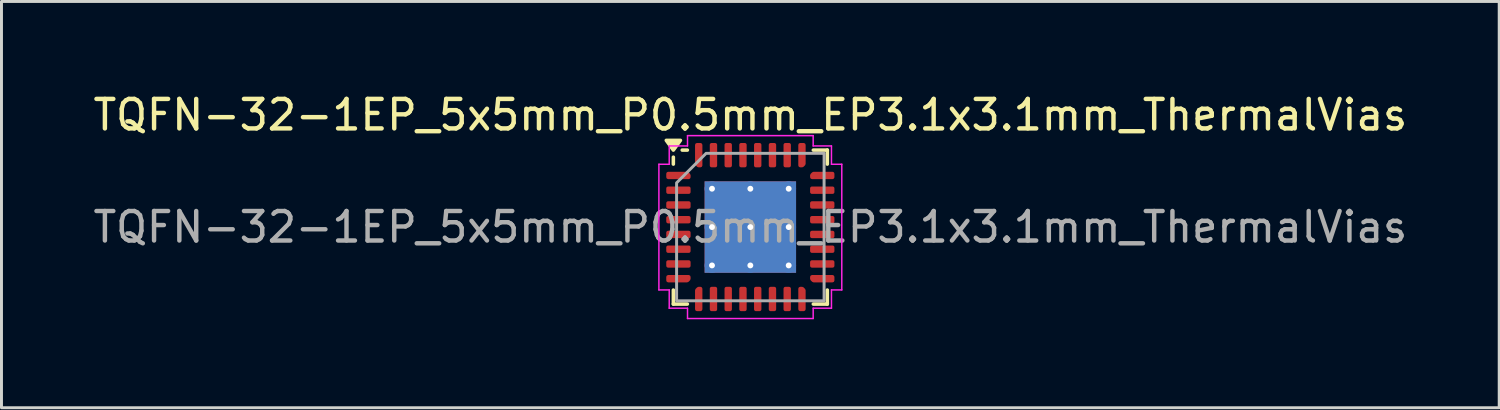
<source format=kicad_pcb>
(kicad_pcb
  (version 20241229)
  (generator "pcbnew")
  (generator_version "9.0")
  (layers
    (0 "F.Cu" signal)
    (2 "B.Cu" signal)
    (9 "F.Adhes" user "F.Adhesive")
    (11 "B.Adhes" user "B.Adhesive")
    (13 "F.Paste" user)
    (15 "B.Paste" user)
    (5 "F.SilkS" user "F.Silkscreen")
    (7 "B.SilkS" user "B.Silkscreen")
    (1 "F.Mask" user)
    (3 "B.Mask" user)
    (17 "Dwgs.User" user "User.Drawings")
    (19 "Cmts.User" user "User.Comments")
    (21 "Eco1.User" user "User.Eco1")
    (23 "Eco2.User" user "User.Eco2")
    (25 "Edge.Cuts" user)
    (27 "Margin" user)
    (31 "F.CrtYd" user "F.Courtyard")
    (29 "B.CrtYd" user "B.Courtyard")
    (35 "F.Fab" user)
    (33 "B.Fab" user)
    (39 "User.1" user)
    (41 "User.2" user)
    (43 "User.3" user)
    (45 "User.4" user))
  (footprint "TQFN-32-1EP_5x5mm_P0.5mm_EP3.1x3.1mm_ThermalVias"
    (layer "F.Cu")
    (at 22.387 4.648)
    (property "Reference" "TQFN-32-1EP_5x5mm_P0.5mm_EP3.1x3.1mm_ThermalVias" (at 0 -3.8 0) (layer "F.SilkS") (effects (font (size 1 1) (thickness 0.15))))
    (attr smd)
    (fp_line (start -2.61 -2.135) (end -2.61 -2.37) (stroke (width 0.12) (type solid)) (layer "F.SilkS"))
    (fp_line (start -2.61 2.61) (end -2.61 2.135) (stroke (width 0.12) (type solid)) (layer "F.SilkS"))
    (fp_line (start -2.135 -2.61) (end -2.31 -2.61) (stroke (width 0.12) (type solid)) (layer "F.SilkS"))
    (fp_line (start -2.135 2.61) (end -2.61 2.61) (stroke (width 0.12) (type solid)) (layer "F.SilkS"))
    (fp_line (start 2.135 -2.61) (end 2.61 -2.61) (stroke (width 0.12) (type solid)) (layer "F.SilkS"))
    (fp_line (start 2.135 2.61) (end 2.61 2.61) (stroke (width 0.12) (type solid)) (layer "F.SilkS"))
    (fp_line (start 2.61 -2.61) (end 2.61 -2.135) (stroke (width 0.12) (type solid)) (layer "F.SilkS"))
    (fp_line (start 2.61 2.61) (end 2.61 2.135) (stroke (width 0.12) (type solid)) (layer "F.SilkS"))
    (fp_poly (pts (xy -2.61 -2.61) (xy -2.85 -2.94) (xy -2.37 -2.94)) (stroke (width 0.12) (type solid)) (fill yes) (layer "F.SilkS"))
    (fp_line (start -3.1 -2.13) (end -2.75 -2.13) (stroke (width 0.05) (type solid)) (layer "F.CrtYd"))
    (fp_line (start -3.1 2.13) (end -3.1 -2.13) (stroke (width 0.05) (type solid)) (layer "F.CrtYd"))
    (fp_line (start -2.75 -2.75) (end -2.13 -2.75) (stroke (width 0.05) (type solid)) (layer "F.CrtYd"))
    (fp_line (start -2.75 -2.13) (end -2.75 -2.75) (stroke (width 0.05) (type solid)) (layer "F.CrtYd"))
    (fp_line (start -2.75 2.13) (end -3.1 2.13) (stroke (width 0.05) (type solid)) (layer "F.CrtYd"))
    (fp_line (start -2.75 2.75) (end -2.75 2.13) (stroke (width 0.05) (type solid)) (layer "F.CrtYd"))
    (fp_line (start -2.13 -3.1) (end 2.13 -3.1) (stroke (width 0.05) (type solid)) (layer "F.CrtYd"))
    (fp_line (start -2.13 -2.75) (end -2.13 -3.1) (stroke (width 0.05) (type solid)) (layer "F.CrtYd"))
    (fp_line (start -2.13 2.75) (end -2.75 2.75) (stroke (width 0.05) (type solid)) (layer "F.CrtYd"))
    (fp_line (start -2.13 3.1) (end -2.13 2.75) (stroke (width 0.05) (type solid)) (layer "F.CrtYd"))
    (fp_line (start 2.13 -3.1) (end 2.13 -2.75) (stroke (width 0.05) (type solid)) (layer "F.CrtYd"))
    (fp_line (start 2.13 -2.75) (end 2.75 -2.75) (stroke (width 0.05) (type solid)) (layer "F.CrtYd"))
    (fp_line (start 2.13 2.75) (end 2.13 3.1) (stroke (width 0.05) (type solid)) (layer "F.CrtYd"))
    (fp_line (start 2.13 3.1) (end -2.13 3.1) (stroke (width 0.05) (type solid)) (layer "F.CrtYd"))
    (fp_line (start 2.75 -2.75) (end 2.75 -2.13) (stroke (width 0.05) (type solid)) (layer "F.CrtYd"))
    (fp_line (start 2.75 -2.13) (end 3.1 -2.13) (stroke (width 0.05) (type solid)) (layer "F.CrtYd"))
    (fp_line (start 2.75 2.13) (end 2.75 2.75) (stroke (width 0.05) (type solid)) (layer "F.CrtYd"))
    (fp_line (start 2.75 2.75) (end 2.13 2.75) (stroke (width 0.05) (type solid)) (layer "F.CrtYd"))
    (fp_line (start 3.1 -2.13) (end 3.1 2.13) (stroke (width 0.05) (type solid)) (layer "F.CrtYd"))
    (fp_line (start 3.1 2.13) (end 2.75 2.13) (stroke (width 0.05) (type solid)) (layer "F.CrtYd"))
    (fp_poly (pts (xy -2.5 -1.5) (xy -2.5 2.5) (xy 2.5 2.5) (xy 2.5 -2.5) (xy -1.5 -2.5)) (stroke (width 0.1) (type solid)) (fill no) (layer "F.Fab"))
    (fp_text user "${REFERENCE}" (at 0 0 0) (layer "F.Fab") (effects (font (size 1 1) (thickness 0.15))))
    (pad "" smd roundrect (at -0.775 -0.775) (size 1.34 1.34) (layers "F.Paste") (roundrect_rratio 0.187))
    (pad "" smd roundrect (at -0.775 0.775) (size 1.34 1.34) (layers "F.Paste") (roundrect_rratio 0.187))
    (pad "" smd roundrect (at 0.775 -0.775) (size 1.34 1.34) (layers "F.Paste") (roundrect_rratio 0.187))
    (pad "" smd roundrect (at 0.775 0.775) (size 1.34 1.34) (layers "F.Paste") (roundrect_rratio 0.187))
    (pad "1" smd custom (at -2.438 -1.75) (size 0.186 0.186) (layers "F.Cu" "F.Mask" "F.Paste") (options (anchor circle)) (primitives (gr_poly (pts (xy -0.35 -0.062) (xy 0.297 -0.062) (xy 0.35 -0.009) (xy 0.35 0.062) (xy -0.35 0.062)) (width 0.125) (fill yes))))
    (pad "2" smd roundrect (at -2.438 -1.25) (size 0.825 0.25) (layers "F.Cu" "F.Mask" "F.Paste") (roundrect_rratio 0.25))
    (pad "3" smd roundrect (at -2.438 -0.75) (size 0.825 0.25) (layers "F.Cu" "F.Mask" "F.Paste") (roundrect_rratio 0.25))
    (pad "4" smd roundrect (at -2.438 -0.25) (size 0.825 0.25) (layers "F.Cu" "F.Mask" "F.Paste") (roundrect_rratio 0.25))
    (pad "5" smd roundrect (at -2.438 0.25) (size 0.825 0.25) (layers "F.Cu" "F.Mask" "F.Paste") (roundrect_rratio 0.25))
    (pad "6" smd roundrect (at -2.438 0.75) (size 0.825 0.25) (layers "F.Cu" "F.Mask" "F.Paste") (roundrect_rratio 0.25))
    (pad "7" smd roundrect (at -2.438 1.25) (size 0.825 0.25) (layers "F.Cu" "F.Mask" "F.Paste") (roundrect_rratio 0.25))
    (pad "8" smd custom (at -2.438 1.75) (size 0.186 0.186) (layers "F.Cu" "F.Mask" "F.Paste") (options (anchor circle)) (primitives (gr_poly (pts (xy -0.35 -0.062) (xy 0.35 -0.062) (xy 0.35 0.009) (xy 0.297 0.062) (xy -0.35 0.062)) (width 0.125) (fill yes))))
    (pad "9" smd custom (at -1.75 2.438) (size 0.186 0.186) (layers "F.Cu" "F.Mask" "F.Paste") (options (anchor circle)) (primitives (gr_poly (pts (xy -0.062 -0.297) (xy -0.009 -0.35) (xy 0.062 -0.35) (xy 0.062 0.35) (xy -0.062 0.35)) (width 0.125) (fill yes))))
    (pad "10" smd roundrect (at -1.25 2.438) (size 0.25 0.825) (layers "F.Cu" "F.Mask" "F.Paste") (roundrect_rratio 0.25))
    (pad "11" smd roundrect (at -0.75 2.438) (size 0.25 0.825) (layers "F.Cu" "F.Mask" "F.Paste") (roundrect_rratio 0.25))
    (pad "12" smd roundrect (at -0.25 2.438) (size 0.25 0.825) (layers "F.Cu" "F.Mask" "F.Paste") (roundrect_rratio 0.25))
    (pad "13" smd roundrect (at 0.25 2.438) (size 0.25 0.825) (layers "F.Cu" "F.Mask" "F.Paste") (roundrect_rratio 0.25))
    (pad "14" smd roundrect (at 0.75 2.438) (size 0.25 0.825) (layers "F.Cu" "F.Mask" "F.Paste") (roundrect_rratio 0.25))
    (pad "15" smd roundrect (at 1.25 2.438) (size 0.25 0.825) (layers "F.Cu" "F.Mask" "F.Paste") (roundrect_rratio 0.25))
    (pad "16" smd custom (at 1.75 2.438) (size 0.186 0.186) (layers "F.Cu" "F.Mask" "F.Paste") (options (anchor circle)) (primitives (gr_poly (pts (xy -0.062 -0.35) (xy 0.009 -0.35) (xy 0.062 -0.297) (xy 0.062 0.35) (xy -0.062 0.35)) (width 0.125) (fill yes))))
    (pad "17" smd custom (at 2.438 1.75) (size 0.186 0.186) (layers "F.Cu" "F.Mask" "F.Paste") (options (anchor circle)) (primitives (gr_poly (pts (xy -0.35 -0.062) (xy 0.35 -0.062) (xy 0.35 0.062) (xy -0.297 0.062) (xy -0.35 0.009)) (width 0.125) (fill yes))))
    (pad "18" smd roundrect (at 2.438 1.25) (size 0.825 0.25) (layers "F.Cu" "F.Mask" "F.Paste") (roundrect_rratio 0.25))
    (pad "19" smd roundrect (at 2.438 0.75) (size 0.825 0.25) (layers "F.Cu" "F.Mask" "F.Paste") (roundrect_rratio 0.25))
    (pad "20" smd roundrect (at 2.438 0.25) (size 0.825 0.25) (layers "F.Cu" "F.Mask" "F.Paste") (roundrect_rratio 0.25))
    (pad "21" smd roundrect (at 2.438 -0.25) (size 0.825 0.25) (layers "F.Cu" "F.Mask" "F.Paste") (roundrect_rratio 0.25))
    (pad "22" smd roundrect (at 2.438 -0.75) (size 0.825 0.25) (layers "F.Cu" "F.Mask" "F.Paste") (roundrect_rratio 0.25))
    (pad "23" smd roundrect (at 2.438 -1.25) (size 0.825 0.25) (layers "F.Cu" "F.Mask" "F.Paste") (roundrect_rratio 0.25))
    (pad "24" smd custom (at 2.438 -1.75) (size 0.186 0.186) (layers "F.Cu" "F.Mask" "F.Paste") (options (anchor circle)) (primitives (gr_poly (pts (xy -0.35 -0.009) (xy -0.297 -0.062) (xy 0.35 -0.062) (xy 0.35 0.062) (xy -0.35 0.062)) (width 0.125) (fill yes))))
    (pad "25" smd custom (at 1.75 -2.438) (size 0.186 0.186) (layers "F.Cu" "F.Mask" "F.Paste") (options (anchor circle)) (primitives (gr_poly (pts (xy -0.062 -0.35) (xy 0.062 -0.35) (xy 0.062 0.297) (xy 0.009 0.35) (xy -0.062 0.35)) (width 0.125) (fill yes))))
    (pad "26" smd roundrect (at 1.25 -2.438) (size 0.25 0.825) (layers "F.Cu" "F.Mask" "F.Paste") (roundrect_rratio 0.25))
    (pad "27" smd roundrect (at 0.75 -2.438) (size 0.25 0.825) (layers "F.Cu" "F.Mask" "F.Paste") (roundrect_rratio 0.25))
    (pad "28" smd roundrect (at 0.25 -2.438) (size 0.25 0.825) (layers "F.Cu" "F.Mask" "F.Paste") (roundrect_rratio 0.25))
    (pad "29" smd roundrect (at -0.25 -2.438) (size 0.25 0.825) (layers "F.Cu" "F.Mask" "F.Paste") (roundrect_rratio 0.25))
    (pad "30" smd roundrect (at -0.75 -2.438) (size 0.25 0.825) (layers "F.Cu" "F.Mask" "F.Paste") (roundrect_rratio 0.25))
    (pad "31" smd roundrect (at -1.25 -2.438) (size 0.25 0.825) (layers "F.Cu" "F.Mask" "F.Paste") (roundrect_rratio 0.25))
    (pad "32" smd custom (at -1.75 -2.438) (size 0.186 0.186) (layers "F.Cu" "F.Mask" "F.Paste") (options (anchor circle)) (primitives (gr_poly (pts (xy -0.062 -0.35) (xy 0.062 -0.35) (xy 0.062 0.35) (xy -0.009 0.35) (xy -0.062 0.297)) (width 0.125) (fill yes))))
    (pad "33" thru_hole circle (at -1.3 -1.3) (size 0.5 0.5) (drill 0.2) (property pad_prop_heatsink) (layers "*.Cu"))
    (pad "33" thru_hole circle (at -1.3 0) (size 0.5 0.5) (drill 0.2) (property pad_prop_heatsink) (layers "*.Cu"))
    (pad "33" thru_hole circle (at -1.3 1.3) (size 0.5 0.5) (drill 0.2) (property pad_prop_heatsink) (layers "*.Cu"))
    (pad "33" thru_hole circle (at 0 -1.3) (size 0.5 0.5) (drill 0.2) (property pad_prop_heatsink) (layers "*.Cu"))
    (pad "33" thru_hole circle (at 0 0) (size 0.5 0.5) (drill 0.2) (property pad_prop_heatsink) (layers "*.Cu"))
    (pad "33" smd rect (at 0 0) (size 3.1 3.1) (property pad_prop_heatsink) (layers "F.Cu" "F.Mask"))
    (pad "33" smd rect (at 0 0) (size 3.1 3.1) (property pad_prop_heatsink) (layers "B.Cu"))
    (pad "33" thru_hole circle (at 0 1.3) (size 0.5 0.5) (drill 0.2) (property pad_prop_heatsink) (layers "*.Cu"))
    (pad "33" thru_hole circle (at 1.3 -1.3) (size 0.5 0.5) (drill 0.2) (property pad_prop_heatsink) (layers "*.Cu"))
    (pad "33" thru_hole circle (at 1.3 0) (size 0.5 0.5) (drill 0.2) (property pad_prop_heatsink) (layers "*.Cu"))
    (pad "33" thru_hole circle (at 1.3 1.3) (size 0.5 0.5) (drill 0.2) (property pad_prop_heatsink) (layers "*.Cu")))
  (gr_rect
    (start -3 -3)
    (end 47.774 10.773)
    (stroke (width 0.1) (type default))
    (fill no)
    (layer "Edge.Cuts")))
</source>
